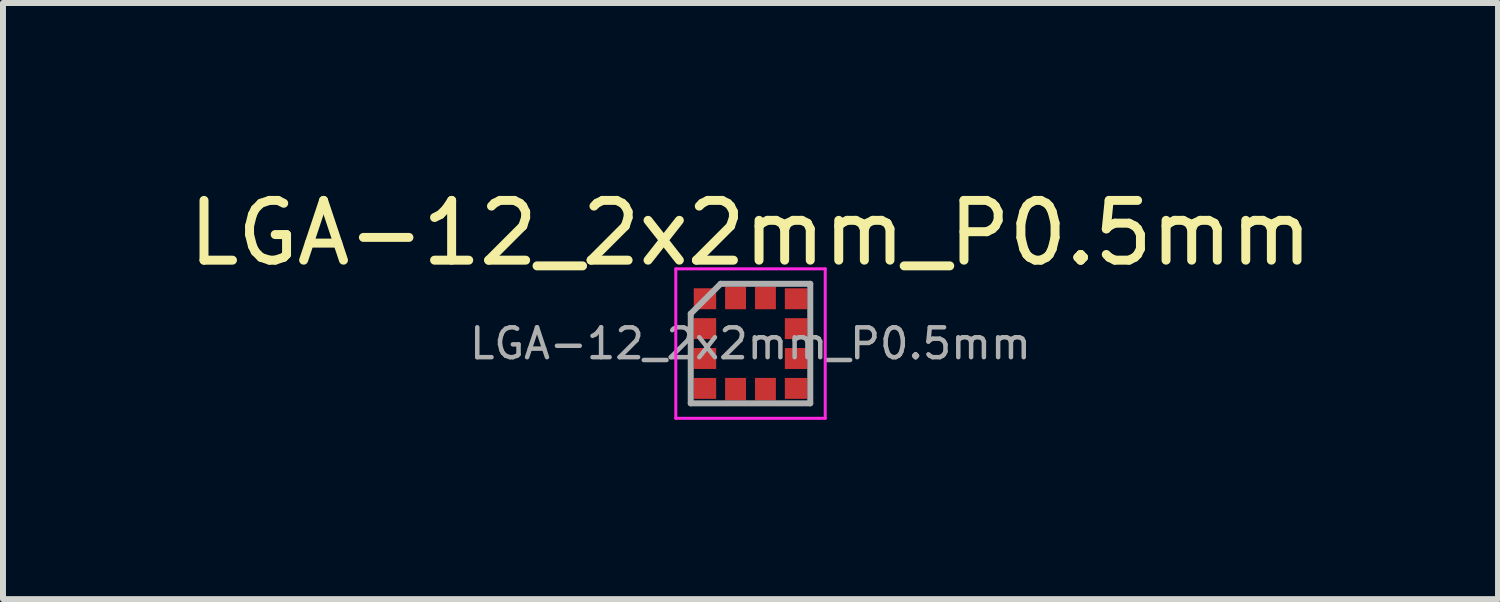
<source format=kicad_pcb>
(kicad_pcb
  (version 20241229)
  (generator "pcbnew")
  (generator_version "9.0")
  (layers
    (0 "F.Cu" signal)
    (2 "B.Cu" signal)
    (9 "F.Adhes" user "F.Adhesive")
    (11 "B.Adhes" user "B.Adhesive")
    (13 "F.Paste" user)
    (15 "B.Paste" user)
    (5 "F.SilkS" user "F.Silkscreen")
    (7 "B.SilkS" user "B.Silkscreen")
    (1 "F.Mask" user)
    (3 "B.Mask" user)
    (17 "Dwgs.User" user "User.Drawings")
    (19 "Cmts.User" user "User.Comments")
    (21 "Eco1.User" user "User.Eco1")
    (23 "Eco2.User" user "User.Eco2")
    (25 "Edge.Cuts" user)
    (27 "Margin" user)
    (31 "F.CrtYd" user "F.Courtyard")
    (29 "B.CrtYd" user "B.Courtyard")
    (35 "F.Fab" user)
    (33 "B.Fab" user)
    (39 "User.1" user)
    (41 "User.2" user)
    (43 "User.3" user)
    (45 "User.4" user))
  (footprint "LGA-12_2x2mm_P0.5mm"
    (layer "F.Cu")
    (at 9.506 2.698)
    (property "Reference" "LGA-12_2x2mm_P0.5mm" (at 0 -1.85 0) (layer "F.SilkS") (effects (font (size 1 1) (thickness 0.15))))
    (attr smd)
    (fp_line (start -1.25 -1.25) (end 1.25 -1.25) (stroke (width 0.05) (type solid)) (layer "F.CrtYd"))
    (fp_line (start -1.25 1.25) (end -1.25 -1.25) (stroke (width 0.05) (type solid)) (layer "F.CrtYd"))
    (fp_line (start 1.25 -1.25) (end 1.25 1.25) (stroke (width 0.05) (type solid)) (layer "F.CrtYd"))
    (fp_line (start 1.25 1.25) (end -1.25 1.25) (stroke (width 0.05) (type solid)) (layer "F.CrtYd"))
    (fp_line (start -1 -0.5) (end -0.5 -1) (stroke (width 0.1) (type solid)) (layer "F.Fab"))
    (fp_line (start -1 1) (end -1 -0.5) (stroke (width 0.1) (type solid)) (layer "F.Fab"))
    (fp_line (start -0.5 -1) (end 1 -1) (stroke (width 0.1) (type solid)) (layer "F.Fab"))
    (fp_line (start 1 -1) (end 1 1) (stroke (width 0.1) (type solid)) (layer "F.Fab"))
    (fp_line (start 1 1) (end -1 1) (stroke (width 0.1) (type solid)) (layer "F.Fab"))
    (fp_text user "${REFERENCE}" (at 0 0 0) (layer "F.Fab") (effects (font (size 0.5 0.5) (thickness 0.075))))
    (pad "1" smd rect (at -0.762 -0.75) (size 0.375 0.35) (layers "F.Cu" "F.Mask" "F.Paste"))
    (pad "2" smd rect (at -0.762 -0.25) (size 0.375 0.35) (layers "F.Cu" "F.Mask" "F.Paste"))
    (pad "3" smd rect (at -0.762 0.25) (size 0.375 0.35) (layers "F.Cu" "F.Mask" "F.Paste"))
    (pad "4" smd rect (at -0.762 0.75) (size 0.375 0.35) (layers "F.Cu" "F.Mask" "F.Paste"))
    (pad "5" smd rect (at -0.25 0.762 90) (size 0.375 0.35) (layers "F.Cu" "F.Mask" "F.Paste"))
    (pad "6" smd rect (at 0.25 0.762 90) (size 0.375 0.35) (layers "F.Cu" "F.Mask" "F.Paste"))
    (pad "7" smd rect (at 0.762 0.75) (size 0.375 0.35) (layers "F.Cu" "F.Mask" "F.Paste"))
    (pad "8" smd rect (at 0.762 0.25) (size 0.375 0.35) (layers "F.Cu" "F.Mask" "F.Paste"))
    (pad "9" smd rect (at 0.762 -0.25) (size 0.375 0.35) (layers "F.Cu" "F.Mask" "F.Paste"))
    (pad "10" smd rect (at 0.762 -0.75) (size 0.375 0.35) (layers "F.Cu" "F.Mask" "F.Paste"))
    (pad "11" smd rect (at 0.25 -0.762 90) (size 0.375 0.35) (layers "F.Cu" "F.Mask" "F.Paste"))
    (pad "12" smd rect (at -0.25 -0.762 90) (size 0.375 0.35) (layers "F.Cu" "F.Mask" "F.Paste")))
  (gr_rect
    (start -3 -3)
    (end 22.012 6.973)
    (stroke (width 0.1) (type default))
    (fill no)
    (layer "Edge.Cuts")))
</source>
